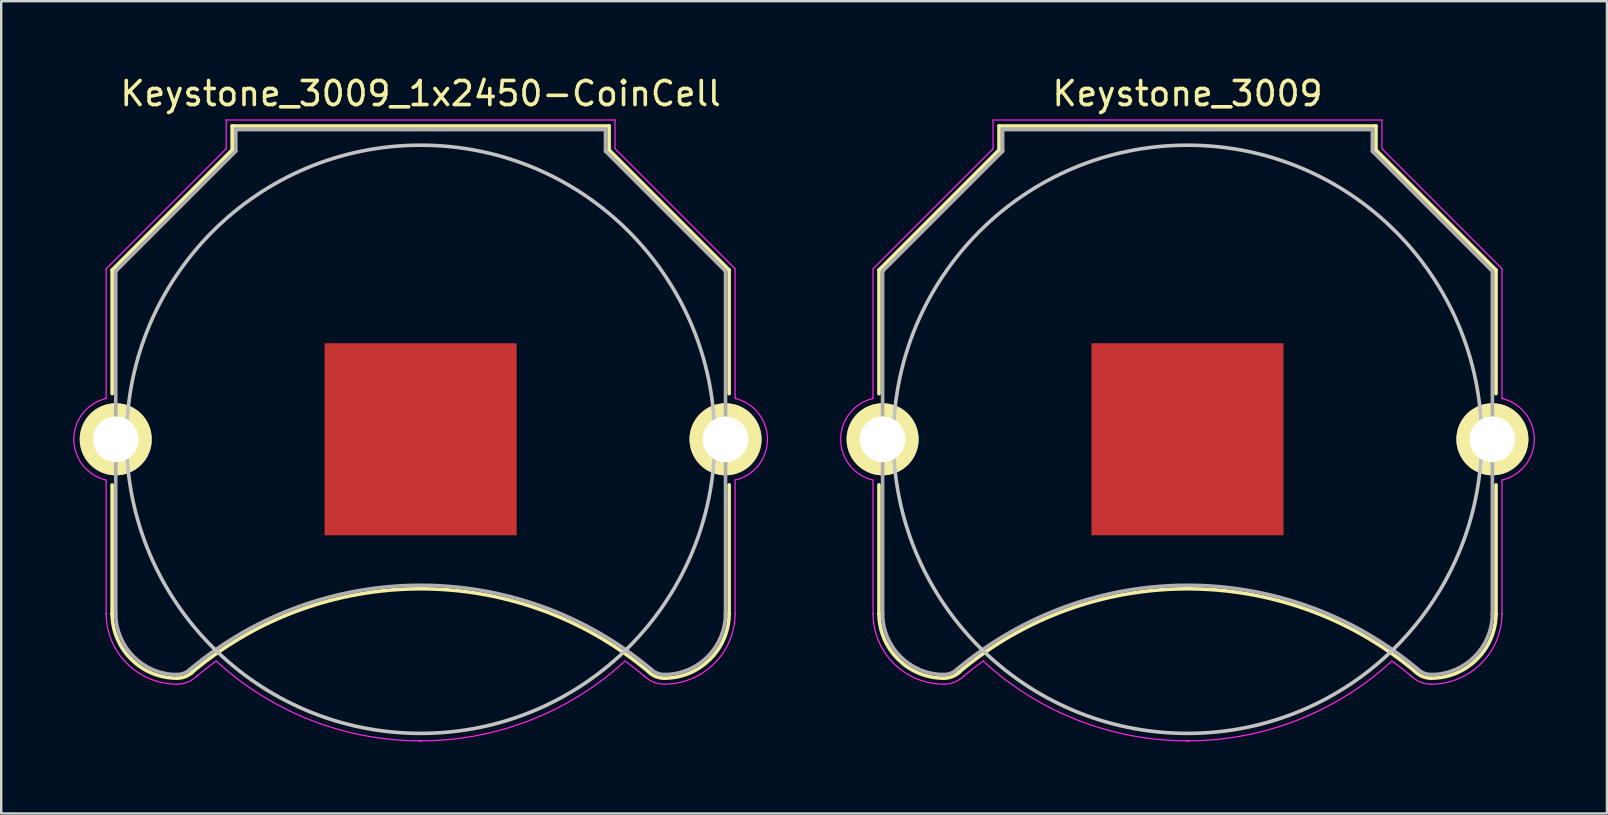
<source format=kicad_pcb>
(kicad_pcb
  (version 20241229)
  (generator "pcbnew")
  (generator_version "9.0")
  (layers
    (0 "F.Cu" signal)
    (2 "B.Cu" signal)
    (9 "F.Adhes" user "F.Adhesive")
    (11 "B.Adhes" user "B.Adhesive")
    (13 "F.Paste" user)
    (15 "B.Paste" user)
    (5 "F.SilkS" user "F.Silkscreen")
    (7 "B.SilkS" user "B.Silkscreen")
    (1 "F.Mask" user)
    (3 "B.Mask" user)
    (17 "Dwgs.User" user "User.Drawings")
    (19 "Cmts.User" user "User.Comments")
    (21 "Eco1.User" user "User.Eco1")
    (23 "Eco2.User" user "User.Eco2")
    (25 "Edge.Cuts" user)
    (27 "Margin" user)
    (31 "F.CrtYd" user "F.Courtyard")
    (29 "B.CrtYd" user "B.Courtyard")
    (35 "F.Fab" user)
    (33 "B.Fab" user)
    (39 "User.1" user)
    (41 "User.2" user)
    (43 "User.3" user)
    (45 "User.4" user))
  (footprint "Keystone_3009_1x2450-CoinCell"
    (layer "F.Cu")
    (at 14.471 15.248)
    (property "Reference" "Keystone_3009_1x2450-CoinCell" (at 0 -14.4 0) (layer "F.SilkS") (effects (font (size 1 1) (thickness 0.15))))
    (attr through_hole)
    (fp_line (start -12.85 -7.05) (end -12.85 -1.9) (stroke (width 0.15) (type solid)) (layer "F.SilkS"))
    (fp_line (start -12.85 1.9) (end -12.85 7.3) (stroke (width 0.15) (type solid)) (layer "F.SilkS"))
    (fp_line (start -7.85 -13.05) (end -7.85 -12.05) (stroke (width 0.15) (type solid)) (layer "F.SilkS"))
    (fp_line (start -7.85 -13.05) (end 7.85 -13.05) (stroke (width 0.15) (type solid)) (layer "F.SilkS"))
    (fp_line (start -7.85 -12.05) (end -12.85 -7.05) (stroke (width 0.15) (type solid)) (layer "F.SilkS"))
    (fp_line (start 7.85 -13.05) (end 7.85 -12.05) (stroke (width 0.15) (type solid)) (layer "F.SilkS"))
    (fp_line (start 7.85 -12.05) (end 12.85 -7.05) (stroke (width 0.15) (type solid)) (layer "F.SilkS"))
    (fp_line (start 12.85 -7.05) (end 12.85 -1.9) (stroke (width 0.15) (type solid)) (layer "F.SilkS"))
    (fp_line (start 12.85 1.9) (end 12.85 7.3) (stroke (width 0.15) (type solid)) (layer "F.SilkS"))
    (fp_arc (start -10.15 9.95) (mid -12.059188 9.159188) (end -12.85 7.25) (stroke (width 0.15) (type solid)) (layer "F.SilkS"))
    (fp_arc (start -9.55 9.73) (mid -0.071508 6.228057) (end 9.440443 9.638071) (stroke (width 0.15) (type solid)) (layer "F.SilkS"))
    (fp_arc (start -9.478249 9.671751) (mid -9.786451 9.877685) (end -10.15 9.95) (stroke (width 0.15) (type solid)) (layer "F.SilkS"))
    (fp_arc (start 10.15 9.95) (mid 9.786451 9.877686) (end 9.478249 9.671751) (stroke (width 0.15) (type solid)) (layer "F.SilkS"))
    (fp_arc (start 12.85 7.25) (mid 12.059188 9.159188) (end 10.15 9.95) (stroke (width 0.15) (type solid)) (layer "F.SilkS"))
    (fp_circle (center 0 0) (end 12.25 0) (stroke (width 0.15) (type solid)) (fill no) (layer "Dwgs.User"))
    (fp_line (start -13.1 -7.1) (end -13.1 -1.7) (stroke (width 0.05) (type solid)) (layer "F.CrtYd"))
    (fp_line (start -13.1 1.7) (end -13.1 7.3) (stroke (width 0.05) (type solid)) (layer "F.CrtYd"))
    (fp_line (start -8.1 -13.3) (end -8.1 -12.1) (stroke (width 0.05) (type solid)) (layer "F.CrtYd"))
    (fp_line (start -8.1 -13.3) (end 8.1 -13.3) (stroke (width 0.05) (type solid)) (layer "F.CrtYd"))
    (fp_line (start -8.1 -12.1) (end -13.1 -7.1) (stroke (width 0.05) (type solid)) (layer "F.CrtYd"))
    (fp_line (start 8.1 -13.3) (end 8.1 -12.1) (stroke (width 0.05) (type solid)) (layer "F.CrtYd"))
    (fp_line (start 8.1 -12.1) (end 13.1 -7.1) (stroke (width 0.05) (type solid)) (layer "F.CrtYd"))
    (fp_line (start 13.1 -7.1) (end 13.1 -1.7) (stroke (width 0.05) (type solid)) (layer "F.CrtYd"))
    (fp_line (start 13.1 1.7) (end 13.1 7.3) (stroke (width 0.05) (type solid)) (layer "F.CrtYd"))
    (fp_arc (start -13.1 1.7) (mid -14.446425 0.000289) (end -13.100563 -1.699868) (stroke (width 0.05) (type solid)) (layer "F.CrtYd"))
    (fp_arc (start -10.15 10.2) (mid -12.235965 9.335965) (end -13.1 7.25) (stroke (width 0.05) (type solid)) (layer "F.CrtYd"))
    (fp_arc (start -9.34 9.88) (mid -8.936242 9.55301) (end -8.521045 9.240672) (stroke (width 0.05) (type solid)) (layer "F.CrtYd"))
    (fp_arc (start -9.301472 9.848528) (mid -9.69078 10.108655) (end -10.15 10.2) (stroke (width 0.05) (type solid)) (layer "F.CrtYd"))
    (fp_arc (start 0.077845 12.561514) (mid -4.531382 11.715984) (end -8.51 9.24) (stroke (width 0.05) (type solid)) (layer "F.CrtYd"))
    (fp_arc (start 8.51 9.24) (mid 4.531382 11.715984) (end -0.077845 12.561514) (stroke (width 0.05) (type solid)) (layer "F.CrtYd"))
    (fp_arc (start 8.521045 9.240672) (mid 8.936242 9.55301) (end 9.34 9.88) (stroke (width 0.05) (type solid)) (layer "F.CrtYd"))
    (fp_arc (start 10.15 10.2) (mid 9.69078 10.108655) (end 9.301472 9.848528) (stroke (width 0.05) (type solid)) (layer "F.CrtYd"))
    (fp_arc (start 13.1 7.25) (mid 12.235965 9.335965) (end 10.15 10.2) (stroke (width 0.05) (type solid)) (layer "F.CrtYd"))
    (fp_arc (start 13.100563 -1.699868) (mid 14.446425 0.000289) (end 13.1 1.7) (stroke (width 0.05) (type solid)) (layer "F.CrtYd"))
    (fp_line (start -12.7 -7) (end -12.7 7.3) (stroke (width 0.15) (type solid)) (layer "F.Fab"))
    (fp_line (start -7.7 -12.9) (end -7.7 -12) (stroke (width 0.15) (type solid)) (layer "F.Fab"))
    (fp_line (start -7.7 -12.9) (end 7.7 -12.9) (stroke (width 0.15) (type solid)) (layer "F.Fab"))
    (fp_line (start -7.7 -12) (end -12.7 -7) (stroke (width 0.15) (type solid)) (layer "F.Fab"))
    (fp_line (start 7.7 -12.9) (end 7.7 -12) (stroke (width 0.15) (type solid)) (layer "F.Fab"))
    (fp_line (start 7.7 -12) (end 12.7 -7) (stroke (width 0.15) (type solid)) (layer "F.Fab"))
    (fp_line (start 12.7 -7) (end 12.7 7.3) (stroke (width 0.15) (type solid)) (layer "F.Fab"))
    (fp_arc (start -10.15 9.8) (mid -11.953122 9.053122) (end -12.7 7.25) (stroke (width 0.15) (type solid)) (layer "F.Fab"))
    (fp_arc (start -9.6 9.58) (mid -0.013392 6.081011) (end 9.579482 9.562783) (stroke (width 0.15) (type solid)) (layer "F.Fab"))
    (fp_arc (start -9.584315 9.565685) (mid -9.843853 9.739103) (end -10.15 9.8) (stroke (width 0.15) (type solid)) (layer "F.Fab"))
    (fp_arc (start 10.15 9.8) (mid 9.843853 9.739104) (end 9.584315 9.565685) (stroke (width 0.15) (type solid)) (layer "F.Fab"))
    (fp_arc (start 12.7 7.25) (mid 11.953122 9.053122) (end 10.15 9.8) (stroke (width 0.15) (type solid)) (layer "F.Fab"))
    (pad "1" thru_hole circle (at -12.7 0) (size 3 3) (drill 1.9) (layers "*.Cu" "*.Mask" "F.SilkS"))
    (pad "1" thru_hole circle (at 12.7 0) (size 3 3) (drill 1.9) (layers "*.Cu" "*.Mask" "F.SilkS"))
    (pad "2" smd rect (at 0 0) (size 8 8) (layers "F.Cu" "F.Mask" "F.Paste")))
  (footprint "Keystone_3009"
    (layer "F.Cu")
    (at 46.414 15.248)
    (property "Reference" "Keystone_3009" (at 0 -14.4 0) (layer "F.SilkS") (effects (font (size 1 1) (thickness 0.15))))
    (attr through_hole)
    (fp_line (start -12.85 -7.05) (end -12.85 -1.9) (stroke (width 0.15) (type solid)) (layer "F.SilkS"))
    (fp_line (start -12.85 1.9) (end -12.85 7.3) (stroke (width 0.15) (type solid)) (layer "F.SilkS"))
    (fp_line (start -7.85 -13.05) (end -7.85 -12.05) (stroke (width 0.15) (type solid)) (layer "F.SilkS"))
    (fp_line (start -7.85 -13.05) (end 7.85 -13.05) (stroke (width 0.15) (type solid)) (layer "F.SilkS"))
    (fp_line (start -7.85 -12.05) (end -12.85 -7.05) (stroke (width 0.15) (type solid)) (layer "F.SilkS"))
    (fp_line (start 7.85 -13.05) (end 7.85 -12.05) (stroke (width 0.15) (type solid)) (layer "F.SilkS"))
    (fp_line (start 7.85 -12.05) (end 12.85 -7.05) (stroke (width 0.15) (type solid)) (layer "F.SilkS"))
    (fp_line (start 12.85 -7.05) (end 12.85 -1.9) (stroke (width 0.15) (type solid)) (layer "F.SilkS"))
    (fp_line (start 12.85 1.9) (end 12.85 7.3) (stroke (width 0.15) (type solid)) (layer "F.SilkS"))
    (fp_arc (start -10.15 9.95) (mid -12.059188 9.159188) (end -12.85 7.25) (stroke (width 0.15) (type solid)) (layer "F.SilkS"))
    (fp_arc (start -9.55 9.73) (mid -0.071508 6.228057) (end 9.440443 9.638071) (stroke (width 0.15) (type solid)) (layer "F.SilkS"))
    (fp_arc (start -9.478249 9.671751) (mid -9.786451 9.877685) (end -10.15 9.95) (stroke (width 0.15) (type solid)) (layer "F.SilkS"))
    (fp_arc (start 10.15 9.95) (mid 9.786451 9.877686) (end 9.478249 9.671751) (stroke (width 0.15) (type solid)) (layer "F.SilkS"))
    (fp_arc (start 12.85 7.25) (mid 12.059188 9.159188) (end 10.15 9.95) (stroke (width 0.15) (type solid)) (layer "F.SilkS"))
    (fp_circle (center 0 0) (end 12.25 0) (stroke (width 0.15) (type solid)) (fill no) (layer "Dwgs.User"))
    (fp_line (start -13.1 -7.1) (end -13.1 -1.7) (stroke (width 0.05) (type solid)) (layer "F.CrtYd"))
    (fp_line (start -13.1 1.7) (end -13.1 7.3) (stroke (width 0.05) (type solid)) (layer "F.CrtYd"))
    (fp_line (start -8.1 -13.3) (end -8.1 -12.1) (stroke (width 0.05) (type solid)) (layer "F.CrtYd"))
    (fp_line (start -8.1 -13.3) (end 8.1 -13.3) (stroke (width 0.05) (type solid)) (layer "F.CrtYd"))
    (fp_line (start -8.1 -12.1) (end -13.1 -7.1) (stroke (width 0.05) (type solid)) (layer "F.CrtYd"))
    (fp_line (start 8.1 -13.3) (end 8.1 -12.1) (stroke (width 0.05) (type solid)) (layer "F.CrtYd"))
    (fp_line (start 8.1 -12.1) (end 13.1 -7.1) (stroke (width 0.05) (type solid)) (layer "F.CrtYd"))
    (fp_line (start 13.1 -7.1) (end 13.1 -1.7) (stroke (width 0.05) (type solid)) (layer "F.CrtYd"))
    (fp_line (start 13.1 1.7) (end 13.1 7.3) (stroke (width 0.05) (type solid)) (layer "F.CrtYd"))
    (fp_arc (start -13.1 1.7) (mid -14.446425 0.000289) (end -13.100563 -1.699868) (stroke (width 0.05) (type solid)) (layer "F.CrtYd"))
    (fp_arc (start -10.15 10.2) (mid -12.235965 9.335965) (end -13.1 7.25) (stroke (width 0.05) (type solid)) (layer "F.CrtYd"))
    (fp_arc (start -9.34 9.88) (mid -8.936242 9.55301) (end -8.521045 9.240672) (stroke (width 0.05) (type solid)) (layer "F.CrtYd"))
    (fp_arc (start -9.301472 9.848528) (mid -9.69078 10.108655) (end -10.15 10.2) (stroke (width 0.05) (type solid)) (layer "F.CrtYd"))
    (fp_arc (start 0.077845 12.561514) (mid -4.531382 11.715984) (end -8.51 9.24) (stroke (width 0.05) (type solid)) (layer "F.CrtYd"))
    (fp_arc (start 8.51 9.24) (mid 4.531382 11.715984) (end -0.077845 12.561514) (stroke (width 0.05) (type solid)) (layer "F.CrtYd"))
    (fp_arc (start 8.521045 9.240672) (mid 8.936242 9.55301) (end 9.34 9.88) (stroke (width 0.05) (type solid)) (layer "F.CrtYd"))
    (fp_arc (start 10.15 10.2) (mid 9.69078 10.108655) (end 9.301472 9.848528) (stroke (width 0.05) (type solid)) (layer "F.CrtYd"))
    (fp_arc (start 13.1 7.25) (mid 12.235965 9.335965) (end 10.15 10.2) (stroke (width 0.05) (type solid)) (layer "F.CrtYd"))
    (fp_arc (start 13.100563 -1.699868) (mid 14.446425 0.000289) (end 13.1 1.7) (stroke (width 0.05) (type solid)) (layer "F.CrtYd"))
    (fp_line (start -12.7 -7) (end -12.7 7.3) (stroke (width 0.15) (type solid)) (layer "F.Fab"))
    (fp_line (start -7.7 -12.9) (end -7.7 -12) (stroke (width 0.15) (type solid)) (layer "F.Fab"))
    (fp_line (start -7.7 -12.9) (end 7.7 -12.9) (stroke (width 0.15) (type solid)) (layer "F.Fab"))
    (fp_line (start -7.7 -12) (end -12.7 -7) (stroke (width 0.15) (type solid)) (layer "F.Fab"))
    (fp_line (start 7.7 -12.9) (end 7.7 -12) (stroke (width 0.15) (type solid)) (layer "F.Fab"))
    (fp_line (start 7.7 -12) (end 12.7 -7) (stroke (width 0.15) (type solid)) (layer "F.Fab"))
    (fp_line (start 12.7 -7) (end 12.7 7.3) (stroke (width 0.15) (type solid)) (layer "F.Fab"))
    (fp_arc (start -10.15 9.8) (mid -11.953122 9.053122) (end -12.7 7.25) (stroke (width 0.15) (type solid)) (layer "F.Fab"))
    (fp_arc (start -9.6 9.58) (mid -0.013392 6.081011) (end 9.579482 9.562783) (stroke (width 0.15) (type solid)) (layer "F.Fab"))
    (fp_arc (start -9.584315 9.565685) (mid -9.843853 9.739103) (end -10.15 9.8) (stroke (width 0.15) (type solid)) (layer "F.Fab"))
    (fp_arc (start 10.15 9.8) (mid 9.843853 9.739104) (end 9.584315 9.565685) (stroke (width 0.15) (type solid)) (layer "F.Fab"))
    (fp_arc (start 12.7 7.25) (mid 11.953122 9.053122) (end 10.15 9.8) (stroke (width 0.15) (type solid)) (layer "F.Fab"))
    (pad "1" thru_hole circle (at -12.7 0) (size 3 3) (drill 1.9) (layers "*.Cu" "*.Mask" "F.SilkS"))
    (pad "1" thru_hole circle (at 12.7 0) (size 3 3) (drill 1.9) (layers "*.Cu" "*.Mask" "F.SilkS"))
    (pad "2" smd rect (at 0 0) (size 8 8) (layers "F.Cu" "F.Mask" "F.Paste")))
  (gr_rect
    (start -3 -3)
    (end 63.886 30.835)
    (stroke (width 0.1) (type default))
    (fill no)
    (layer "Edge.Cuts")))
</source>
